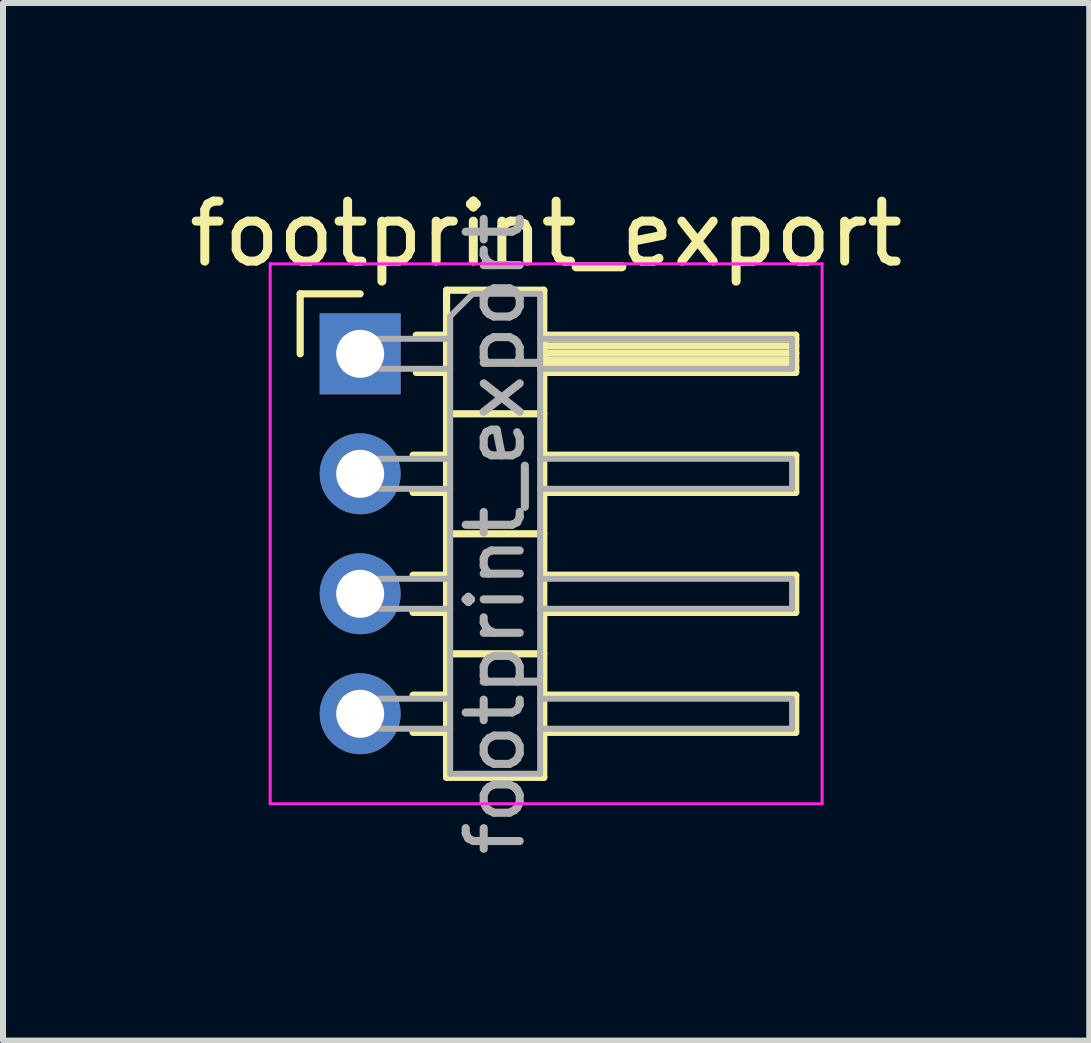
<source format=kicad_pcb>
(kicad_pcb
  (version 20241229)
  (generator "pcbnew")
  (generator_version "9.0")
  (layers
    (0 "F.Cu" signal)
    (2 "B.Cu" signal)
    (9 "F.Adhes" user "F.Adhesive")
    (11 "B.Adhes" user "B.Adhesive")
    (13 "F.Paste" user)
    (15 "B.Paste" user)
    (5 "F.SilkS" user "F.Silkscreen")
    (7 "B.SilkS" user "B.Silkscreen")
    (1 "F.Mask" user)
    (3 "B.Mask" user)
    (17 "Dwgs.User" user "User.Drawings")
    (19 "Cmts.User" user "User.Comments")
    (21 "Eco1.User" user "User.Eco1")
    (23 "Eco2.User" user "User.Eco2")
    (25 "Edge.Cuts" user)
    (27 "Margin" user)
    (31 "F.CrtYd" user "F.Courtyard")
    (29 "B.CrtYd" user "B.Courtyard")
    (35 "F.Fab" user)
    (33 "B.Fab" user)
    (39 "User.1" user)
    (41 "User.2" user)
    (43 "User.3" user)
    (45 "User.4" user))
  (footprint "footprint_export"
    (layer "F.Cu")
    (at 2.954 2.848)
    (property "Reference" "footprint_export" (at 3.1 -2 0) (layer "F.SilkS") (effects (font (size 1 1) (thickness 0.15))))
    (attr through_hole)
    (fp_line (start -1 -1) (end 0 -1) (stroke (width 0.12) (type solid)) (layer "F.SilkS"))
    (fp_line (start -1 0) (end -1 -1) (stroke (width 0.12) (type solid)) (layer "F.SilkS"))
    (fp_line (start 0.882 1.69) (end 1.44 1.69) (stroke (width 0.12) (type solid)) (layer "F.SilkS"))
    (fp_line (start 0.882 2.31) (end 1.44 2.31) (stroke (width 0.12) (type solid)) (layer "F.SilkS"))
    (fp_line (start 0.882 3.69) (end 1.44 3.69) (stroke (width 0.12) (type solid)) (layer "F.SilkS"))
    (fp_line (start 0.882 4.31) (end 1.44 4.31) (stroke (width 0.12) (type solid)) (layer "F.SilkS"))
    (fp_line (start 0.882 5.69) (end 1.44 5.69) (stroke (width 0.12) (type solid)) (layer "F.SilkS"))
    (fp_line (start 0.882 6.31) (end 1.44 6.31) (stroke (width 0.12) (type solid)) (layer "F.SilkS"))
    (fp_line (start 0.935 -0.31) (end 1.44 -0.31) (stroke (width 0.12) (type solid)) (layer "F.SilkS"))
    (fp_line (start 0.935 0.31) (end 1.44 0.31) (stroke (width 0.12) (type solid)) (layer "F.SilkS"))
    (fp_line (start 1.44 -1.06) (end 1.44 7.06) (stroke (width 0.12) (type solid)) (layer "F.SilkS"))
    (fp_line (start 1.44 1) (end 3.06 1) (stroke (width 0.12) (type solid)) (layer "F.SilkS"))
    (fp_line (start 1.44 3) (end 3.06 3) (stroke (width 0.12) (type solid)) (layer "F.SilkS"))
    (fp_line (start 1.44 5) (end 3.06 5) (stroke (width 0.12) (type solid)) (layer "F.SilkS"))
    (fp_line (start 1.44 7.06) (end 3.06 7.06) (stroke (width 0.12) (type solid)) (layer "F.SilkS"))
    (fp_line (start 3.06 -1.06) (end 1.44 -1.06) (stroke (width 0.12) (type solid)) (layer "F.SilkS"))
    (fp_line (start 3.06 -0.31) (end 7.26 -0.31) (stroke (width 0.12) (type solid)) (layer "F.SilkS"))
    (fp_line (start 3.06 -0.25) (end 7.26 -0.25) (stroke (width 0.12) (type solid)) (layer "F.SilkS"))
    (fp_line (start 3.06 -0.13) (end 7.26 -0.13) (stroke (width 0.12) (type solid)) (layer "F.SilkS"))
    (fp_line (start 3.06 -0.01) (end 7.26 -0.01) (stroke (width 0.12) (type solid)) (layer "F.SilkS"))
    (fp_line (start 3.06 0.11) (end 7.26 0.11) (stroke (width 0.12) (type solid)) (layer "F.SilkS"))
    (fp_line (start 3.06 0.23) (end 7.26 0.23) (stroke (width 0.12) (type solid)) (layer "F.SilkS"))
    (fp_line (start 3.06 1.69) (end 7.26 1.69) (stroke (width 0.12) (type solid)) (layer "F.SilkS"))
    (fp_line (start 3.06 3.69) (end 7.26 3.69) (stroke (width 0.12) (type solid)) (layer "F.SilkS"))
    (fp_line (start 3.06 5.69) (end 7.26 5.69) (stroke (width 0.12) (type solid)) (layer "F.SilkS"))
    (fp_line (start 3.06 7.06) (end 3.06 -1.06) (stroke (width 0.12) (type solid)) (layer "F.SilkS"))
    (fp_line (start 7.26 -0.31) (end 7.26 0.31) (stroke (width 0.12) (type solid)) (layer "F.SilkS"))
    (fp_line (start 7.26 0.31) (end 3.06 0.31) (stroke (width 0.12) (type solid)) (layer "F.SilkS"))
    (fp_line (start 7.26 1.69) (end 7.26 2.31) (stroke (width 0.12) (type solid)) (layer "F.SilkS"))
    (fp_line (start 7.26 2.31) (end 3.06 2.31) (stroke (width 0.12) (type solid)) (layer "F.SilkS"))
    (fp_line (start 7.26 3.69) (end 7.26 4.31) (stroke (width 0.12) (type solid)) (layer "F.SilkS"))
    (fp_line (start 7.26 4.31) (end 3.06 4.31) (stroke (width 0.12) (type solid)) (layer "F.SilkS"))
    (fp_line (start 7.26 5.69) (end 7.26 6.31) (stroke (width 0.12) (type solid)) (layer "F.SilkS"))
    (fp_line (start 7.26 6.31) (end 3.06 6.31) (stroke (width 0.12) (type solid)) (layer "F.SilkS"))
    (fp_line (start -1.5 -1.5) (end -1.5 7.5) (stroke (width 0.05) (type solid)) (layer "F.CrtYd"))
    (fp_line (start -1.5 7.5) (end 7.7 7.5) (stroke (width 0.05) (type solid)) (layer "F.CrtYd"))
    (fp_line (start 7.7 -1.5) (end -1.5 -1.5) (stroke (width 0.05) (type solid)) (layer "F.CrtYd"))
    (fp_line (start 7.7 7.5) (end 7.7 -1.5) (stroke (width 0.05) (type solid)) (layer "F.CrtYd"))
    (fp_line (start -0.25 -0.25) (end -0.25 0.25) (stroke (width 0.1) (type solid)) (layer "F.Fab"))
    (fp_line (start -0.25 -0.25) (end 1.5 -0.25) (stroke (width 0.1) (type solid)) (layer "F.Fab"))
    (fp_line (start -0.25 0.25) (end 1.5 0.25) (stroke (width 0.1) (type solid)) (layer "F.Fab"))
    (fp_line (start -0.25 1.75) (end -0.25 2.25) (stroke (width 0.1) (type solid)) (layer "F.Fab"))
    (fp_line (start -0.25 1.75) (end 1.5 1.75) (stroke (width 0.1) (type solid)) (layer "F.Fab"))
    (fp_line (start -0.25 2.25) (end 1.5 2.25) (stroke (width 0.1) (type solid)) (layer "F.Fab"))
    (fp_line (start -0.25 3.75) (end -0.25 4.25) (stroke (width 0.1) (type solid)) (layer "F.Fab"))
    (fp_line (start -0.25 3.75) (end 1.5 3.75) (stroke (width 0.1) (type solid)) (layer "F.Fab"))
    (fp_line (start -0.25 4.25) (end 1.5 4.25) (stroke (width 0.1) (type solid)) (layer "F.Fab"))
    (fp_line (start -0.25 5.75) (end -0.25 6.25) (stroke (width 0.1) (type solid)) (layer "F.Fab"))
    (fp_line (start -0.25 5.75) (end 1.5 5.75) (stroke (width 0.1) (type solid)) (layer "F.Fab"))
    (fp_line (start -0.25 6.25) (end 1.5 6.25) (stroke (width 0.1) (type solid)) (layer "F.Fab"))
    (fp_line (start 1.5 -0.625) (end 1.875 -1) (stroke (width 0.1) (type solid)) (layer "F.Fab"))
    (fp_line (start 1.5 7) (end 1.5 -0.625) (stroke (width 0.1) (type solid)) (layer "F.Fab"))
    (fp_line (start 1.875 -1) (end 3 -1) (stroke (width 0.1) (type solid)) (layer "F.Fab"))
    (fp_line (start 3 -1) (end 3 7) (stroke (width 0.1) (type solid)) (layer "F.Fab"))
    (fp_line (start 3 -0.25) (end 7.2 -0.25) (stroke (width 0.1) (type solid)) (layer "F.Fab"))
    (fp_line (start 3 0.25) (end 7.2 0.25) (stroke (width 0.1) (type solid)) (layer "F.Fab"))
    (fp_line (start 3 1.75) (end 7.2 1.75) (stroke (width 0.1) (type solid)) (layer "F.Fab"))
    (fp_line (start 3 2.25) (end 7.2 2.25) (stroke (width 0.1) (type solid)) (layer "F.Fab"))
    (fp_line (start 3 3.75) (end 7.2 3.75) (stroke (width 0.1) (type solid)) (layer "F.Fab"))
    (fp_line (start 3 4.25) (end 7.2 4.25) (stroke (width 0.1) (type solid)) (layer "F.Fab"))
    (fp_line (start 3 5.75) (end 7.2 5.75) (stroke (width 0.1) (type solid)) (layer "F.Fab"))
    (fp_line (start 3 6.25) (end 7.2 6.25) (stroke (width 0.1) (type solid)) (layer "F.Fab"))
    (fp_line (start 3 7) (end 1.5 7) (stroke (width 0.1) (type solid)) (layer "F.Fab"))
    (fp_line (start 7.2 -0.25) (end 7.2 0.25) (stroke (width 0.1) (type solid)) (layer "F.Fab"))
    (fp_line (start 7.2 1.75) (end 7.2 2.25) (stroke (width 0.1) (type solid)) (layer "F.Fab"))
    (fp_line (start 7.2 3.75) (end 7.2 4.25) (stroke (width 0.1) (type solid)) (layer "F.Fab"))
    (fp_line (start 7.2 5.75) (end 7.2 6.25) (stroke (width 0.1) (type solid)) (layer "F.Fab"))
    (fp_text user "${REFERENCE}" (at 2.25 3 90) (layer "F.Fab") (effects (font (size 0.9 0.9) (thickness 0.135))))
    (pad "1" thru_hole rect (at 0 0) (size 1.35 1.35) (drill 0.8) (layers "*.Cu" "*.Mask"))
    (pad "2" thru_hole oval (at 0 2) (size 1.35 1.35) (drill 0.8) (layers "*.Cu" "*.Mask"))
    (pad "3" thru_hole oval (at 0 4) (size 1.35 1.35) (drill 0.8) (layers "*.Cu" "*.Mask"))
    (pad "4" thru_hole oval (at 0 6) (size 1.35 1.35) (drill 0.8) (layers "*.Cu" "*.Mask")))
  (gr_rect
    (start -3 -3)
    (end 15.107 14.296)
    (stroke (width 0.1) (type default))
    (fill no)
    (layer "Edge.Cuts")))
</source>
